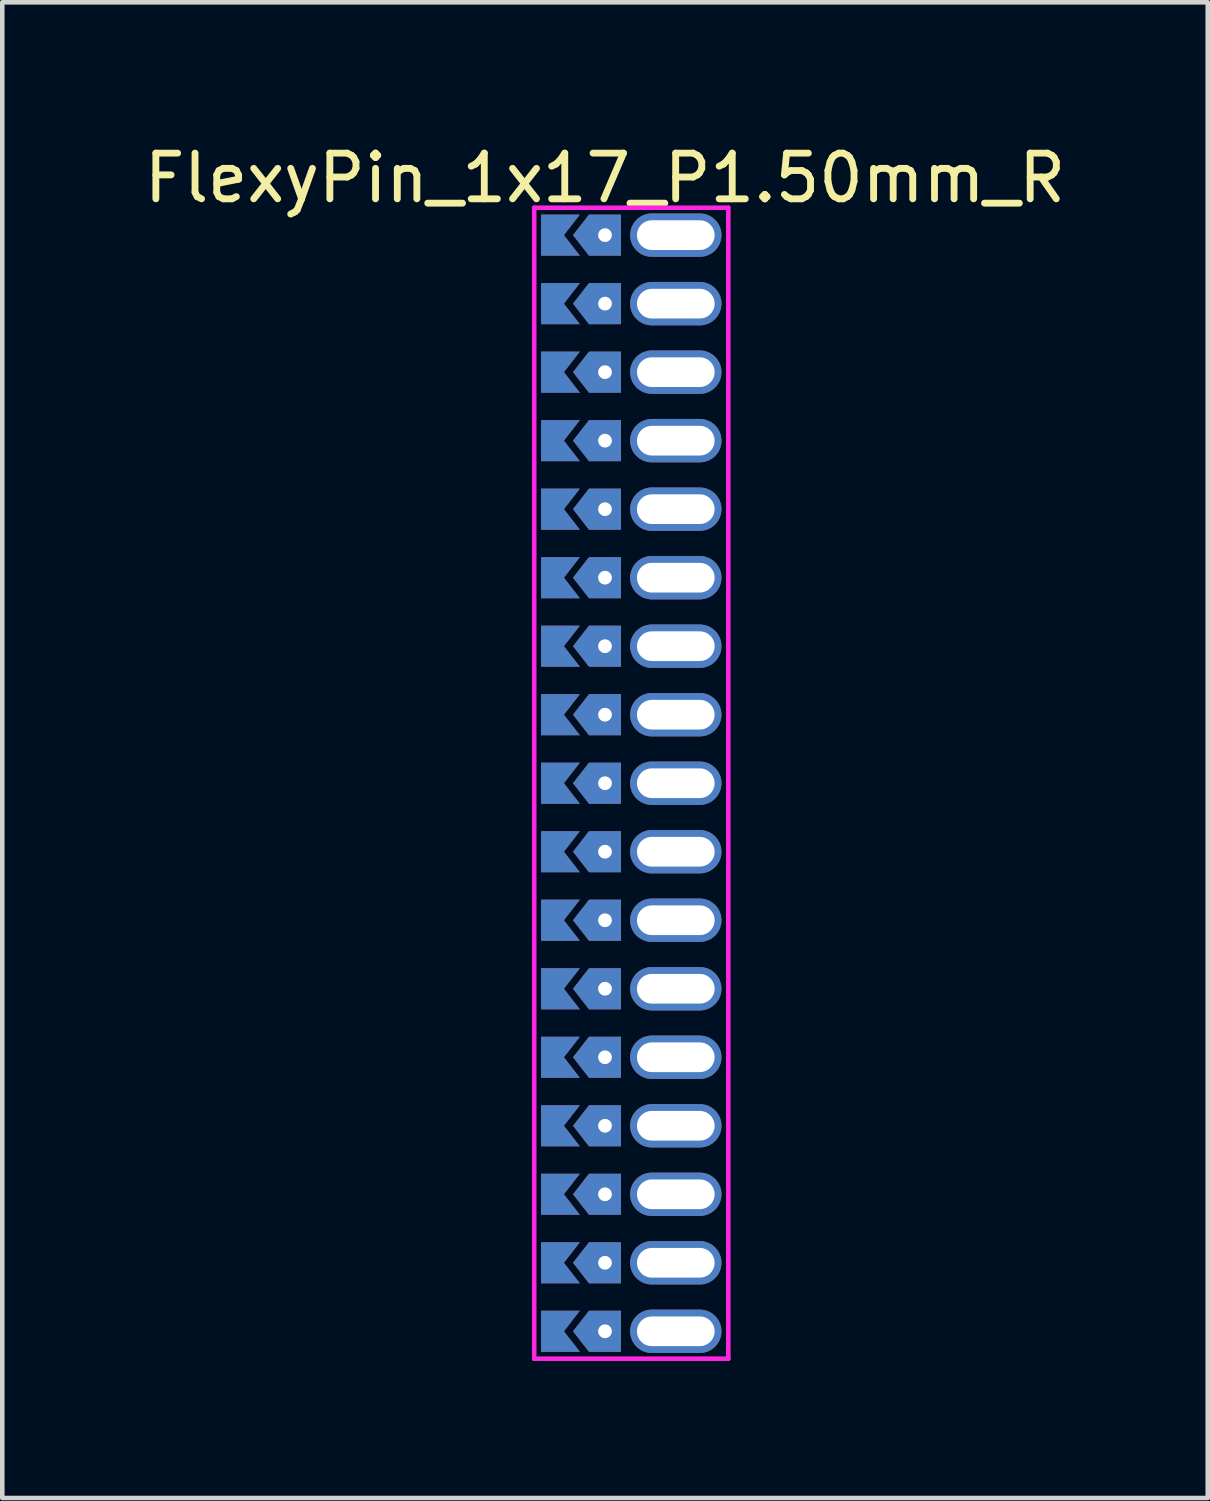
<source format=kicad_pcb>
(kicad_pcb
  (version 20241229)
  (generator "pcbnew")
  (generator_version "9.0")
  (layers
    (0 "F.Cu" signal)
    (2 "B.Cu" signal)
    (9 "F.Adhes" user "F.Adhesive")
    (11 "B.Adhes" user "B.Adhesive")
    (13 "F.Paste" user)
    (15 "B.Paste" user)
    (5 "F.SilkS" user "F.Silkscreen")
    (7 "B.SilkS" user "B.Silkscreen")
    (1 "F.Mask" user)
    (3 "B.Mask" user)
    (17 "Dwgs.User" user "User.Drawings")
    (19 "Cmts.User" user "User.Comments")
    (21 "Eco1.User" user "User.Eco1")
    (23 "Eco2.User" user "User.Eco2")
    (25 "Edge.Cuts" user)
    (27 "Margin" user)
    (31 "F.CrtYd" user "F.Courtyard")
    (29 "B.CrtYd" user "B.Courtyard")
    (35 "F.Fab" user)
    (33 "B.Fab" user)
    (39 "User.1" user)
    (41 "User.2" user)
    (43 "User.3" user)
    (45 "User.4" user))
  (footprint "FlexyPin_1x17_P1.50mm_R"
    (layer "F.Cu")
    (at 10.196 2.098)
    (property "Reference" "FlexyPin_1x17_P1.50mm_R" (at 0 -1.25 0) (layer "F.SilkS") (effects (font (size 1 1) (thickness 0.15))))
    (attr through_hole)
    (fp_line (start -1.55 -0.6) (end 2.7 -0.6) (stroke (width 0.1) (type solid)) (layer "F.CrtYd"))
    (fp_line (start -1.55 24.6) (end -1.55 -0.6) (stroke (width 0.1) (type solid)) (layer "F.CrtYd"))
    (fp_line (start 2.7 -0.6) (end 2.7 24.6) (stroke (width 0.1) (type solid)) (layer "F.CrtYd"))
    (fp_line (start 2.7 24.6) (end -1.55 24.6) (stroke (width 0.1) (type solid)) (layer "F.CrtYd"))
    (pad "" thru_hole custom (at 0 0) (size 0.3 0.3) (drill 0.6) (layers "*.Cu" "*.Mask") (options (anchor rect)) (primitives (gr_poly (pts (xy 0.35 0.45) (xy 0.35 -0.45) (xy -0.35 -0.45) (xy -0.7 0) (xy -0.35 0.45)) (width 0) (fill yes))))
    (pad "" thru_hole custom (at 0 1.5) (size 0.3 0.3) (drill 0.6) (layers "*.Cu" "*.Mask") (options (anchor rect)) (primitives (gr_poly (pts (xy 0.35 0.45) (xy 0.35 -0.45) (xy -0.35 -0.45) (xy -0.7 0) (xy -0.35 0.45)) (width 0) (fill yes))))
    (pad "" thru_hole custom (at 0 3) (size 0.3 0.3) (drill 0.6) (layers "*.Cu" "*.Mask") (options (anchor rect)) (primitives (gr_poly (pts (xy 0.35 0.45) (xy 0.35 -0.45) (xy -0.35 -0.45) (xy -0.7 0) (xy -0.35 0.45)) (width 0) (fill yes))))
    (pad "" thru_hole custom (at 0 4.5) (size 0.3 0.3) (drill 0.6) (layers "*.Cu" "*.Mask") (options (anchor rect)) (primitives (gr_poly (pts (xy 0.35 0.45) (xy 0.35 -0.45) (xy -0.35 -0.45) (xy -0.7 0) (xy -0.35 0.45)) (width 0) (fill yes))))
    (pad "" thru_hole custom (at 0 6) (size 0.3 0.3) (drill 0.6) (layers "*.Cu" "*.Mask") (options (anchor rect)) (primitives (gr_poly (pts (xy 0.35 0.45) (xy 0.35 -0.45) (xy -0.35 -0.45) (xy -0.7 0) (xy -0.35 0.45)) (width 0) (fill yes))))
    (pad "" thru_hole custom (at 0 7.5) (size 0.3 0.3) (drill 0.6) (layers "*.Cu" "*.Mask") (options (anchor rect)) (primitives (gr_poly (pts (xy 0.35 0.45) (xy 0.35 -0.45) (xy -0.35 -0.45) (xy -0.7 0) (xy -0.35 0.45)) (width 0) (fill yes))))
    (pad "" thru_hole custom (at 0 9) (size 0.3 0.3) (drill 0.6) (layers "*.Cu" "*.Mask") (options (anchor rect)) (primitives (gr_poly (pts (xy 0.35 0.45) (xy 0.35 -0.45) (xy -0.35 -0.45) (xy -0.7 0) (xy -0.35 0.45)) (width 0) (fill yes))))
    (pad "" thru_hole custom (at 0 10.5) (size 0.3 0.3) (drill 0.6) (layers "*.Cu" "*.Mask") (options (anchor rect)) (primitives (gr_poly (pts (xy 0.35 0.45) (xy 0.35 -0.45) (xy -0.35 -0.45) (xy -0.7 0) (xy -0.35 0.45)) (width 0) (fill yes))))
    (pad "" thru_hole custom (at 0 12) (size 0.3 0.3) (drill 0.6) (layers "*.Cu" "*.Mask") (options (anchor rect)) (primitives (gr_poly (pts (xy 0.35 0.45) (xy 0.35 -0.45) (xy -0.35 -0.45) (xy -0.7 0) (xy -0.35 0.45)) (width 0) (fill yes))))
    (pad "" thru_hole custom (at 0 13.5) (size 0.3 0.3) (drill 0.6) (layers "*.Cu" "*.Mask") (options (anchor rect)) (primitives (gr_poly (pts (xy 0.35 0.45) (xy 0.35 -0.45) (xy -0.35 -0.45) (xy -0.7 0) (xy -0.35 0.45)) (width 0) (fill yes))))
    (pad "" thru_hole custom (at 0 15) (size 0.3 0.3) (drill 0.6) (layers "*.Cu" "*.Mask") (options (anchor rect)) (primitives (gr_poly (pts (xy 0.35 0.45) (xy 0.35 -0.45) (xy -0.35 -0.45) (xy -0.7 0) (xy -0.35 0.45)) (width 0) (fill yes))))
    (pad "" thru_hole custom (at 0 16.5) (size 0.3 0.3) (drill 0.6) (layers "*.Cu" "*.Mask") (options (anchor rect)) (primitives (gr_poly (pts (xy 0.35 0.45) (xy 0.35 -0.45) (xy -0.35 -0.45) (xy -0.7 0) (xy -0.35 0.45)) (width 0) (fill yes))))
    (pad "" thru_hole custom (at 0 18) (size 0.3 0.3) (drill 0.6) (layers "*.Cu" "*.Mask") (options (anchor rect)) (primitives (gr_poly (pts (xy 0.35 0.45) (xy 0.35 -0.45) (xy -0.35 -0.45) (xy -0.7 0) (xy -0.35 0.45)) (width 0) (fill yes))))
    (pad "" thru_hole custom (at 0 19.5) (size 0.3 0.3) (drill 0.6) (layers "*.Cu" "*.Mask") (options (anchor rect)) (primitives (gr_poly (pts (xy 0.35 0.45) (xy 0.35 -0.45) (xy -0.35 -0.45) (xy -0.7 0) (xy -0.35 0.45)) (width 0) (fill yes))))
    (pad "" thru_hole custom (at 0 21) (size 0.3 0.3) (drill 0.6) (layers "*.Cu" "*.Mask") (options (anchor rect)) (primitives (gr_poly (pts (xy 0.35 0.45) (xy 0.35 -0.45) (xy -0.35 -0.45) (xy -0.7 0) (xy -0.35 0.45)) (width 0) (fill yes))))
    (pad "" thru_hole custom (at 0 22.5) (size 0.3 0.3) (drill 0.6) (layers "*.Cu" "*.Mask") (options (anchor rect)) (primitives (gr_poly (pts (xy 0.35 0.45) (xy 0.35 -0.45) (xy -0.35 -0.45) (xy -0.7 0) (xy -0.35 0.45)) (width 0) (fill yes))))
    (pad "" thru_hole custom (at 0 24) (size 0.3 0.3) (drill 0.6) (layers "*.Cu" "*.Mask") (options (anchor rect)) (primitives (gr_poly (pts (xy 0.35 0.45) (xy 0.35 -0.45) (xy -0.35 -0.45) (xy -0.7 0) (xy -0.35 0.45)) (width 0) (fill yes))))
    (pad "" thru_hole oval (at 1.55 0) (size 2 0.95) (drill oval 1.7 0.65) (layers "*.Cu" "*.Mask"))
    (pad "" thru_hole oval (at 1.55 1.5) (size 2 0.95) (drill oval 1.7 0.65) (layers "*.Cu" "*.Mask"))
    (pad "" thru_hole oval (at 1.55 3) (size 2 0.95) (drill oval 1.7 0.65) (layers "*.Cu" "*.Mask"))
    (pad "" thru_hole oval (at 1.55 4.5) (size 2 0.95) (drill oval 1.7 0.65) (layers "*.Cu" "*.Mask"))
    (pad "" thru_hole oval (at 1.55 6) (size 2 0.95) (drill oval 1.7 0.65) (layers "*.Cu" "*.Mask"))
    (pad "" thru_hole oval (at 1.55 7.5) (size 2 0.95) (drill oval 1.7 0.65) (layers "*.Cu" "*.Mask"))
    (pad "" thru_hole oval (at 1.55 9) (size 2 0.95) (drill oval 1.7 0.65) (layers "*.Cu" "*.Mask"))
    (pad "" thru_hole oval (at 1.55 10.5) (size 2 0.95) (drill oval 1.7 0.65) (layers "*.Cu" "*.Mask"))
    (pad "" thru_hole oval (at 1.55 12) (size 2 0.95) (drill oval 1.7 0.65) (layers "*.Cu" "*.Mask"))
    (pad "" thru_hole oval (at 1.55 13.5) (size 2 0.95) (drill oval 1.7 0.65) (layers "*.Cu" "*.Mask"))
    (pad "" thru_hole oval (at 1.55 15) (size 2 0.95) (drill oval 1.7 0.65) (layers "*.Cu" "*.Mask"))
    (pad "" thru_hole oval (at 1.55 16.5) (size 2 0.95) (drill oval 1.7 0.65) (layers "*.Cu" "*.Mask"))
    (pad "" thru_hole oval (at 1.55 18) (size 2 0.95) (drill oval 1.7 0.65) (layers "*.Cu" "*.Mask"))
    (pad "" thru_hole oval (at 1.55 19.5) (size 2 0.95) (drill oval 1.7 0.65) (layers "*.Cu" "*.Mask"))
    (pad "" thru_hole oval (at 1.55 21) (size 2 0.95) (drill oval 1.7 0.65) (layers "*.Cu" "*.Mask"))
    (pad "" thru_hole oval (at 1.55 22.5) (size 2 0.95) (drill oval 1.7 0.65) (layers "*.Cu" "*.Mask"))
    (pad "" thru_hole oval (at 1.55 24) (size 2 0.95) (drill oval 1.7 0.65) (layers "*.Cu" "*.Mask"))
    (pad "1" smd custom (at -0.9 0) (size 0.01 0.01) (layers "F.Cu" "F.Mask") (options (anchor rect)) (primitives (gr_poly (pts (xy 0 0) (xy 0.35 0.45) (xy -0.5 0.45) (xy -0.5 -0.45) (xy 0.35 -0.45)) (width 0) (fill yes))))
    (pad "2" smd custom (at -0.9 1.5) (size 0.01 0.01) (layers "F.Cu" "F.Mask") (options (anchor rect)) (primitives (gr_poly (pts (xy 0 0) (xy 0.35 0.45) (xy -0.5 0.45) (xy -0.5 -0.45) (xy 0.35 -0.45)) (width 0) (fill yes))))
    (pad "3" smd custom (at -0.9 3) (size 0.01 0.01) (layers "F.Cu" "F.Mask") (options (anchor rect)) (primitives (gr_poly (pts (xy 0 0) (xy 0.35 0.45) (xy -0.5 0.45) (xy -0.5 -0.45) (xy 0.35 -0.45)) (width 0) (fill yes))))
    (pad "4" smd custom (at -0.9 4.5) (size 0.01 0.01) (layers "F.Cu" "F.Mask") (options (anchor rect)) (primitives (gr_poly (pts (xy 0 0) (xy 0.35 0.45) (xy -0.5 0.45) (xy -0.5 -0.45) (xy 0.35 -0.45)) (width 0) (fill yes))))
    (pad "5" smd custom (at -0.9 6) (size 0.01 0.01) (layers "F.Cu" "F.Mask") (options (anchor rect)) (primitives (gr_poly (pts (xy 0 0) (xy 0.35 0.45) (xy -0.5 0.45) (xy -0.5 -0.45) (xy 0.35 -0.45)) (width 0) (fill yes))))
    (pad "6" smd custom (at -0.9 7.5) (size 0.01 0.01) (layers "F.Cu" "F.Mask") (options (anchor rect)) (primitives (gr_poly (pts (xy 0 0) (xy 0.35 0.45) (xy -0.5 0.45) (xy -0.5 -0.45) (xy 0.35 -0.45)) (width 0) (fill yes))))
    (pad "7" smd custom (at -0.9 9) (size 0.01 0.01) (layers "F.Cu" "F.Mask") (options (anchor rect)) (primitives (gr_poly (pts (xy 0 0) (xy 0.35 0.45) (xy -0.5 0.45) (xy -0.5 -0.45) (xy 0.35 -0.45)) (width 0) (fill yes))))
    (pad "8" smd custom (at -0.9 10.5) (size 0.01 0.01) (layers "F.Cu" "F.Mask") (options (anchor rect)) (primitives (gr_poly (pts (xy 0 0) (xy 0.35 0.45) (xy -0.5 0.45) (xy -0.5 -0.45) (xy 0.35 -0.45)) (width 0) (fill yes))))
    (pad "9" smd custom (at -0.9 12) (size 0.01 0.01) (layers "F.Cu" "F.Mask") (options (anchor rect)) (primitives (gr_poly (pts (xy 0 0) (xy 0.35 0.45) (xy -0.5 0.45) (xy -0.5 -0.45) (xy 0.35 -0.45)) (width 0) (fill yes))))
    (pad "10" smd custom (at -0.9 13.5) (size 0.01 0.01) (layers "F.Cu" "F.Mask") (options (anchor rect)) (primitives (gr_poly (pts (xy 0 0) (xy 0.35 0.45) (xy -0.5 0.45) (xy -0.5 -0.45) (xy 0.35 -0.45)) (width 0) (fill yes))))
    (pad "11" smd custom (at -0.9 15) (size 0.01 0.01) (layers "F.Cu" "F.Mask") (options (anchor rect)) (primitives (gr_poly (pts (xy 0 0) (xy 0.35 0.45) (xy -0.5 0.45) (xy -0.5 -0.45) (xy 0.35 -0.45)) (width 0) (fill yes))))
    (pad "12" smd custom (at -0.9 16.5) (size 0.01 0.01) (layers "F.Cu" "F.Mask") (options (anchor rect)) (primitives (gr_poly (pts (xy 0 0) (xy 0.35 0.45) (xy -0.5 0.45) (xy -0.5 -0.45) (xy 0.35 -0.45)) (width 0) (fill yes))))
    (pad "13" smd custom (at -0.9 18) (size 0.01 0.01) (layers "F.Cu" "F.Mask") (options (anchor rect)) (primitives (gr_poly (pts (xy 0 0) (xy 0.35 0.45) (xy -0.5 0.45) (xy -0.5 -0.45) (xy 0.35 -0.45)) (width 0) (fill yes))))
    (pad "14" smd custom (at -0.9 19.5) (size 0.01 0.01) (layers "F.Cu" "F.Mask") (options (anchor rect)) (primitives (gr_poly (pts (xy 0 0) (xy 0.35 0.45) (xy -0.5 0.45) (xy -0.5 -0.45) (xy 0.35 -0.45)) (width 0) (fill yes))))
    (pad "15" smd custom (at -0.9 21) (size 0.01 0.01) (layers "F.Cu" "F.Mask") (options (anchor rect)) (primitives (gr_poly (pts (xy 0 0) (xy 0.35 0.45) (xy -0.5 0.45) (xy -0.5 -0.45) (xy 0.35 -0.45)) (width 0) (fill yes))))
    (pad "16" smd custom (at -0.9 22.5) (size 0.01 0.01) (layers "F.Cu" "F.Mask") (options (anchor rect)) (primitives (gr_poly (pts (xy 0 0) (xy 0.35 0.45) (xy -0.5 0.45) (xy -0.5 -0.45) (xy 0.35 -0.45)) (width 0) (fill yes))))
    (pad "17" smd custom (at -0.9 24) (size 0.01 0.01) (layers "F.Cu" "F.Mask") (options (anchor rect)) (primitives (gr_poly (pts (xy 0 0) (xy 0.35 0.45) (xy -0.5 0.45) (xy -0.5 -0.45) (xy 0.35 -0.45)) (width 0) (fill yes))))
    (pad "18" smd custom (at -0.9 0) (size 0.01 0.01) (layers "B.Cu" "B.Mask") (options (anchor rect)) (primitives (gr_poly (pts (xy 0 0) (xy 0.35 0.45) (xy -0.5 0.45) (xy -0.5 -0.45) (xy 0.35 -0.45)) (width 0) (fill yes))))
    (pad "19" smd custom (at -0.9 1.5) (size 0.01 0.01) (layers "B.Cu" "B.Mask") (options (anchor rect)) (primitives (gr_poly (pts (xy 0 0) (xy 0.35 0.45) (xy -0.5 0.45) (xy -0.5 -0.45) (xy 0.35 -0.45)) (width 0) (fill yes))))
    (pad "20" smd custom (at -0.9 3) (size 0.01 0.01) (layers "B.Cu" "B.Mask") (options (anchor rect)) (primitives (gr_poly (pts (xy 0 0) (xy 0.35 0.45) (xy -0.5 0.45) (xy -0.5 -0.45) (xy 0.35 -0.45)) (width 0) (fill yes))))
    (pad "21" smd custom (at -0.9 4.5) (size 0.01 0.01) (layers "B.Cu" "B.Mask") (options (anchor rect)) (primitives (gr_poly (pts (xy 0 0) (xy 0.35 0.45) (xy -0.5 0.45) (xy -0.5 -0.45) (xy 0.35 -0.45)) (width 0) (fill yes))))
    (pad "22" smd custom (at -0.9 6) (size 0.01 0.01) (layers "B.Cu" "B.Mask") (options (anchor rect)) (primitives (gr_poly (pts (xy 0 0) (xy 0.35 0.45) (xy -0.5 0.45) (xy -0.5 -0.45) (xy 0.35 -0.45)) (width 0) (fill yes))))
    (pad "23" smd custom (at -0.9 7.5) (size 0.01 0.01) (layers "B.Cu" "B.Mask") (options (anchor rect)) (primitives (gr_poly (pts (xy 0 0) (xy 0.35 0.45) (xy -0.5 0.45) (xy -0.5 -0.45) (xy 0.35 -0.45)) (width 0) (fill yes))))
    (pad "24" smd custom (at -0.9 9) (size 0.01 0.01) (layers "B.Cu" "B.Mask") (options (anchor rect)) (primitives (gr_poly (pts (xy 0 0) (xy 0.35 0.45) (xy -0.5 0.45) (xy -0.5 -0.45) (xy 0.35 -0.45)) (width 0) (fill yes))))
    (pad "25" smd custom (at -0.9 10.5) (size 0.01 0.01) (layers "B.Cu" "B.Mask") (options (anchor rect)) (primitives (gr_poly (pts (xy 0 0) (xy 0.35 0.45) (xy -0.5 0.45) (xy -0.5 -0.45) (xy 0.35 -0.45)) (width 0) (fill yes))))
    (pad "26" smd custom (at -0.9 12) (size 0.01 0.01) (layers "B.Cu" "B.Mask") (options (anchor rect)) (primitives (gr_poly (pts (xy 0 0) (xy 0.35 0.45) (xy -0.5 0.45) (xy -0.5 -0.45) (xy 0.35 -0.45)) (width 0) (fill yes))))
    (pad "27" smd custom (at -0.9 13.5) (size 0.01 0.01) (layers "B.Cu" "B.Mask") (options (anchor rect)) (primitives (gr_poly (pts (xy 0 0) (xy 0.35 0.45) (xy -0.5 0.45) (xy -0.5 -0.45) (xy 0.35 -0.45)) (width 0) (fill yes))))
    (pad "28" smd custom (at -0.9 15) (size 0.01 0.01) (layers "B.Cu" "B.Mask") (options (anchor rect)) (primitives (gr_poly (pts (xy 0 0) (xy 0.35 0.45) (xy -0.5 0.45) (xy -0.5 -0.45) (xy 0.35 -0.45)) (width 0) (fill yes))))
    (pad "29" smd custom (at -0.9 16.5) (size 0.01 0.01) (layers "B.Cu" "B.Mask") (options (anchor rect)) (primitives (gr_poly (pts (xy 0 0) (xy 0.35 0.45) (xy -0.5 0.45) (xy -0.5 -0.45) (xy 0.35 -0.45)) (width 0) (fill yes))))
    (pad "30" smd custom (at -0.9 18) (size 0.01 0.01) (layers "B.Cu" "B.Mask") (options (anchor rect)) (primitives (gr_poly (pts (xy 0 0) (xy 0.35 0.45) (xy -0.5 0.45) (xy -0.5 -0.45) (xy 0.35 -0.45)) (width 0) (fill yes))))
    (pad "31" smd custom (at -0.9 19.5) (size 0.01 0.01) (layers "B.Cu" "B.Mask") (options (anchor rect)) (primitives (gr_poly (pts (xy 0 0) (xy 0.35 0.45) (xy -0.5 0.45) (xy -0.5 -0.45) (xy 0.35 -0.45)) (width 0) (fill yes))))
    (pad "32" smd custom (at -0.9 21) (size 0.01 0.01) (layers "B.Cu" "B.Mask") (options (anchor rect)) (primitives (gr_poly (pts (xy 0 0) (xy 0.35 0.45) (xy -0.5 0.45) (xy -0.5 -0.45) (xy 0.35 -0.45)) (width 0) (fill yes))))
    (pad "33" smd custom (at -0.9 22.5) (size 0.01 0.01) (layers "B.Cu" "B.Mask") (options (anchor rect)) (primitives (gr_poly (pts (xy 0 0) (xy 0.35 0.45) (xy -0.5 0.45) (xy -0.5 -0.45) (xy 0.35 -0.45)) (width 0) (fill yes))))
    (pad "34" smd custom (at -0.9 24) (size 0.01 0.01) (layers "B.Cu" "B.Mask") (options (anchor rect)) (primitives (gr_poly (pts (xy 0 0) (xy 0.35 0.45) (xy -0.5 0.45) (xy -0.5 -0.45) (xy 0.35 -0.45)) (width 0) (fill yes)))))
  (gr_rect
    (start -3 -3)
    (end 23.393 29.748)
    (stroke (width 0.1) (type default))
    (fill no)
    (layer "Edge.Cuts")))
</source>
